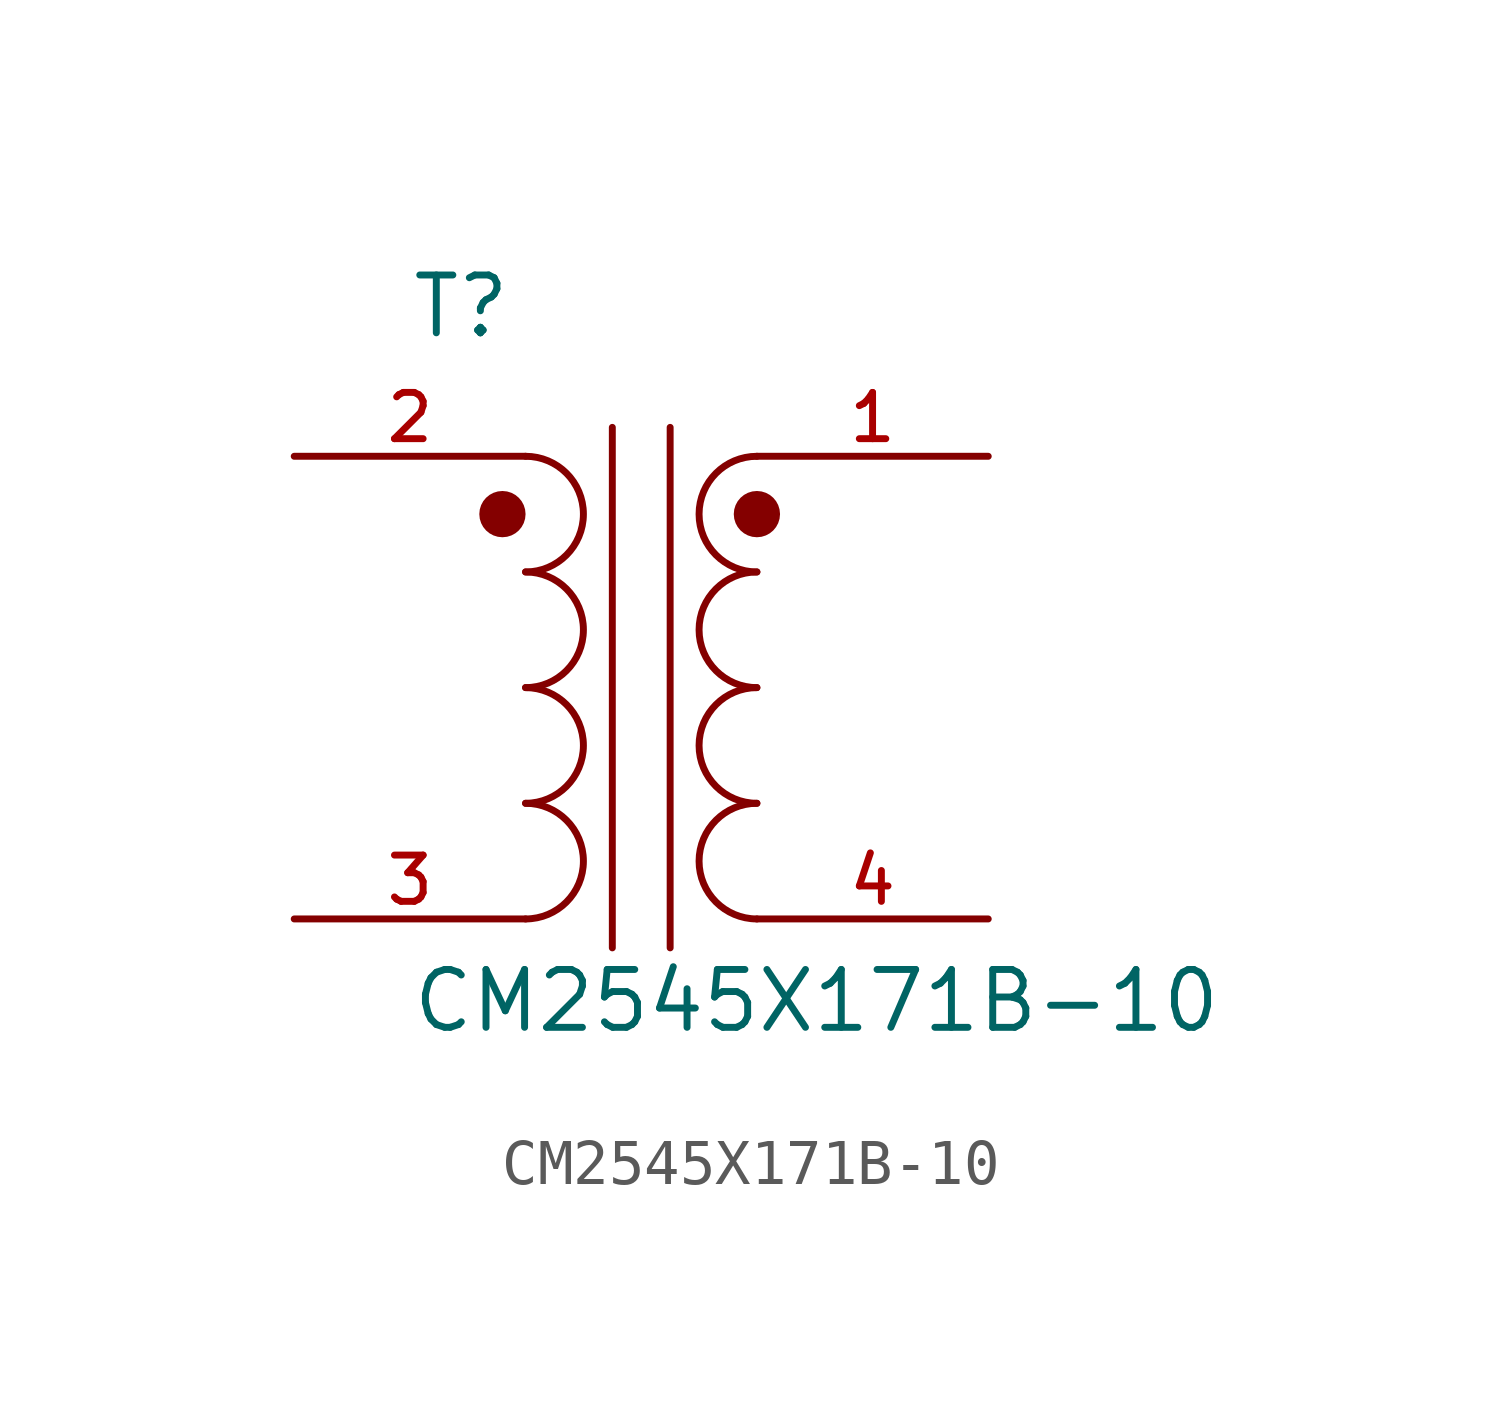
<source format=kicad_sym>
(kicad_symbol_lib
  (version 20211014)
  (generator kicad_symbol_editor)
  (symbol "CM2545X171B-10"
    (pin_names
      (offset 1.016))
    (property "Reference" "T"
      (at -5.084 7.628 0)
      (effects (font (size 1.27 1.27)) (justify bottom left)))
    (property "Value" "CM2545X171B-10"
      (at -5.081 -7.623 0)
      (effects (font (size 1.27 1.27)) (justify bottom left)))
    (symbol "CM2545X171B-10_0_0"
      (arc (start -2.54 -2.54) (mid -1.27 -1.27) (end -2.54 0.0) (stroke (width 0.1524) (type default) (color 0 0 0 0)) (fill (type none)))
      (arc (start -2.54 -5.08) (mid -1.27 -3.81) (end -2.54 -2.54) (stroke (width 0.1524) (type default) (color 0 0 0 0)) (fill (type none)))
      (arc (start 2.54 -2.54) (mid 1.27 -3.81) (end 2.54 -5.08) (stroke (width 0.1524) (type default) (color 0 0 0 0)) (fill (type none)))
      (arc (start 2.54 0.0) (mid 1.27 -1.27) (end 2.54 -2.54) (stroke (width 0.1524) (type default) (color 0 0 0 0)) (fill (type none)))
      (arc (start -2.54 0.0) (mid -1.27 1.27) (end -2.54 2.54) (stroke (width 0.1524) (type default) (color 0 0 0 0)) (fill (type none)))
      (arc (start -2.54 2.54) (mid -1.27 3.81) (end -2.54 5.08) (stroke (width 0.1524) (type default) (color 0 0 0 0)) (fill (type none)))
      (arc (start 2.54 2.54) (mid 1.27 1.27) (end 2.54 0.0) (stroke (width 0.1524) (type default) (color 0 0 0 0)) (fill (type none)))
      (arc (start 2.54 5.08) (mid 1.27 3.81) (end 2.54 2.54) (stroke (width 0.1524) (type default) (color 0 0 0 0)) (fill (type none)))
      (polyline (pts (xy -0.635 5.715) (xy -0.635 -5.715)) (stroke (width 0.152)))
      (polyline (pts (xy 0.635 5.715) (xy 0.635 -5.715)) (stroke (width 0.152)))
      (circle (center -3.048 3.81) (radius 0.254) (stroke (width 0.508)) (fill (type none)))
      (circle (center 2.54 3.81) (radius 0.254) (stroke (width 0.508)) (fill (type none)))
      (pin passive line (at -7.62 5.08 0) (length 5.08) (name "~" (effects (font (size 1.016 1.016)))) (number "2" (effects (font (size 1.016 1.016)))))
      (pin passive line (at 7.62 5.08 180.0) (length 5.08) (name "~" (effects (font (size 1.016 1.016)))) (number "1" (effects (font (size 1.016 1.016)))))
      (pin passive line (at -7.62 -5.08 0) (length 5.08) (name "~" (effects (font (size 1.016 1.016)))) (number "3" (effects (font (size 1.016 1.016)))))
      (pin passive line (at 7.62 -5.08 180.0) (length 5.08) (name "~" (effects (font (size 1.016 1.016)))) (number "4" (effects (font (size 1.016 1.016))))))))
</source>
